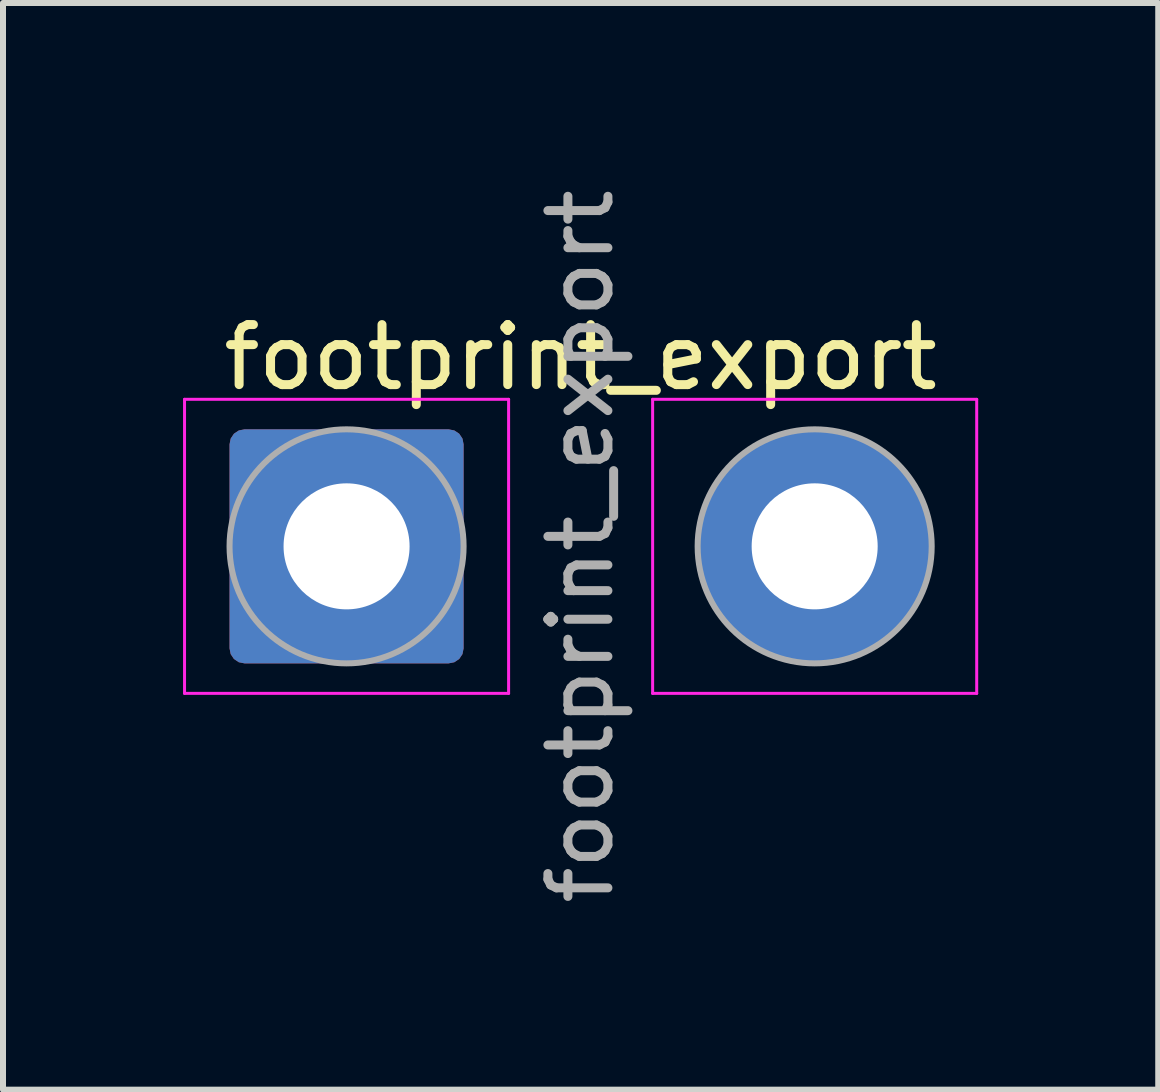
<source format=kicad_pcb>
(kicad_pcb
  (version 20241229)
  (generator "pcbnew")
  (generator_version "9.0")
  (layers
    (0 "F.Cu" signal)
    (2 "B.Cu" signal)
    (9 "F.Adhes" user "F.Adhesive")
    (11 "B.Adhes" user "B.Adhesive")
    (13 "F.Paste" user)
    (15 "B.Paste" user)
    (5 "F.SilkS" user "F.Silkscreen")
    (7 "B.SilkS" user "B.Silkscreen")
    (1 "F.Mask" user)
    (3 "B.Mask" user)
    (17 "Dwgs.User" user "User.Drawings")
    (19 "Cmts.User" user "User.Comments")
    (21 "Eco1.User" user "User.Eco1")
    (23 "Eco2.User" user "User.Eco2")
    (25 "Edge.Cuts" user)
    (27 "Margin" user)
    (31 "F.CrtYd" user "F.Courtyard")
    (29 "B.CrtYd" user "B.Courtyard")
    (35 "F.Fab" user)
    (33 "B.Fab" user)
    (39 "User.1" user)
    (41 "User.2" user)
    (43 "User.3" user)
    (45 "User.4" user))
  (footprint "footprint_export"
    (layer "F.Cu")
    (at 2.725 6.054)
    (property "Reference" "footprint_export" (at 3.9 -3.15 0) (layer "F.SilkS") (effects (font (size 1 1) (thickness 0.15))))
    (attr exclude_from_pos_files exclude_from_bom)
    (fp_line (start -2.7 -2.45) (end -2.7 2.45) (stroke (width 0.05) (type solid)) (layer "F.CrtYd"))
    (fp_line (start -2.7 2.45) (end 2.7 2.45) (stroke (width 0.05) (type solid)) (layer "F.CrtYd"))
    (fp_line (start 2.7 -2.45) (end -2.7 -2.45) (stroke (width 0.05) (type solid)) (layer "F.CrtYd"))
    (fp_line (start 2.7 2.45) (end 2.7 -2.45) (stroke (width 0.05) (type solid)) (layer "F.CrtYd"))
    (fp_line (start 5.1 -2.45) (end 5.1 2.45) (stroke (width 0.05) (type solid)) (layer "F.CrtYd"))
    (fp_line (start 5.1 2.45) (end 10.5 2.45) (stroke (width 0.05) (type solid)) (layer "F.CrtYd"))
    (fp_line (start 10.5 -2.45) (end 5.1 -2.45) (stroke (width 0.05) (type solid)) (layer "F.CrtYd"))
    (fp_line (start 10.5 2.45) (end 10.5 -2.45) (stroke (width 0.05) (type solid)) (layer "F.CrtYd"))
    (fp_circle (center 0 0) (end 1.95 0) (stroke (width 0.1) (type solid)) (fill no) (layer "F.Fab"))
    (fp_circle (center 7.8 0) (end 9.75 0) (stroke (width 0.1) (type solid)) (fill no) (layer "F.Fab"))
    (fp_text user "${REFERENCE}" (at 3.9 0 90) (layer "F.Fab") (effects (font (size 1 1) (thickness 0.15))))
    (pad "1" thru_hole roundrect (at 0 0) (size 3.9 3.9) (drill 2.1) (layers "*.Cu" "*.Mask") (roundrect_rratio 0.064))
    (pad "2" thru_hole circle (at 7.8 0) (size 3.9 3.9) (drill 2.1) (layers "*.Cu" "*.Mask")))
  (gr_rect
    (start -3 -3)
    (end 16.25 15.107)
    (stroke (width 0.1) (type default))
    (fill no)
    (layer "Edge.Cuts")))
</source>
